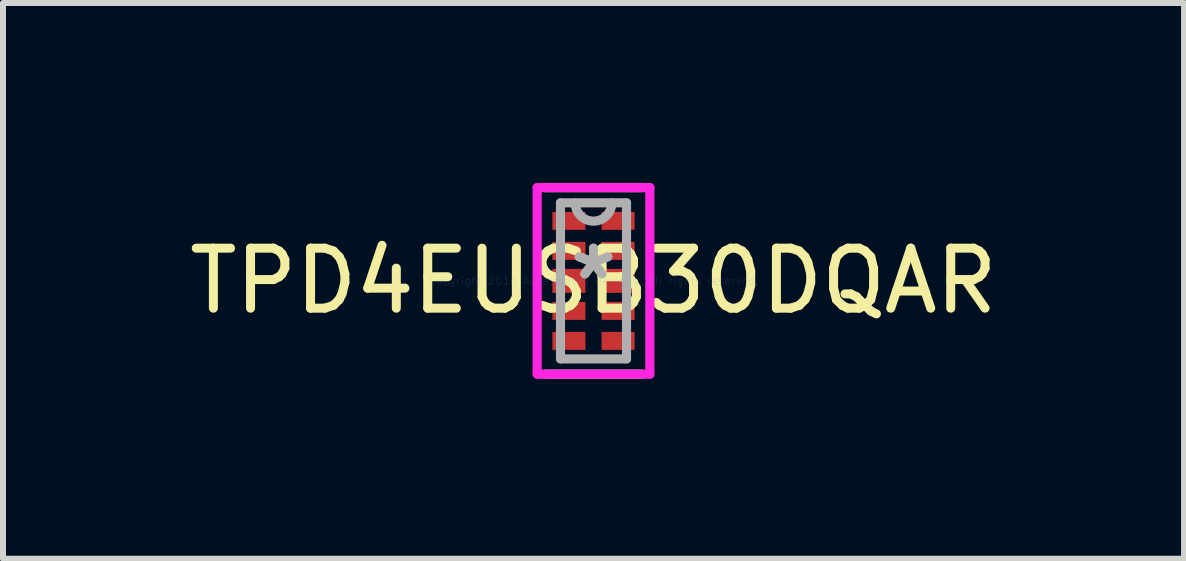
<source format=kicad_pcb>
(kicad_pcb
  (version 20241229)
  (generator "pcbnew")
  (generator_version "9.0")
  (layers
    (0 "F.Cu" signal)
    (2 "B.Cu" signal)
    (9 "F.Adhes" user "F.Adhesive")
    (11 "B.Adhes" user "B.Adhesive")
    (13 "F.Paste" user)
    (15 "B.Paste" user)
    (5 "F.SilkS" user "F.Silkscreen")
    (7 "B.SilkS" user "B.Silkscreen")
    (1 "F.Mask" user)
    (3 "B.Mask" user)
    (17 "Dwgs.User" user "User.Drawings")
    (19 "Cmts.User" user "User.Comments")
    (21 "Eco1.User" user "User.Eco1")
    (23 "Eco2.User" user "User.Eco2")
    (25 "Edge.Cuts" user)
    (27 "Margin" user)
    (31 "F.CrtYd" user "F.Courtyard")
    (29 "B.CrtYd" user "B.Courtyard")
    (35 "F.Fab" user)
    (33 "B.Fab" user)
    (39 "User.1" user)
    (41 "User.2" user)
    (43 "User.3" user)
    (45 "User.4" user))
  (footprint "TPD4EUSB30DQAR"
    (layer "F.Cu")
    (at 6.839 1.63)
    (property "Reference" "TPD4EUSB30DQAR" (at 0 0 0) (layer "F.SilkS") (effects (font (size 1 1) (thickness 0.15))))
    (attr through_hole)
    (fp_line (start -0.735 -1.2) (end -0.735 -0.8) (stroke (width 0.152) (type solid)) (layer "F.Mask"))
    (fp_line (start -0.735 -0.8) (end -0.085 -0.8) (stroke (width 0.152) (type solid)) (layer "F.Mask"))
    (fp_line (start -0.735 -0.7) (end -0.735 -0.3) (stroke (width 0.152) (type solid)) (layer "F.Mask"))
    (fp_line (start -0.735 -0.3) (end -0.085 -0.3) (stroke (width 0.152) (type solid)) (layer "F.Mask"))
    (fp_line (start -0.735 -0.2) (end -0.735 0.2) (stroke (width 0.152) (type solid)) (layer "F.Mask"))
    (fp_line (start -0.735 0.2) (end -0.085 0.2) (stroke (width 0.152) (type solid)) (layer "F.Mask"))
    (fp_line (start -0.735 0.3) (end -0.735 0.7) (stroke (width 0.152) (type solid)) (layer "F.Mask"))
    (fp_line (start -0.735 0.7) (end -0.085 0.7) (stroke (width 0.152) (type solid)) (layer "F.Mask"))
    (fp_line (start -0.735 0.8) (end -0.735 1.2) (stroke (width 0.152) (type solid)) (layer "F.Mask"))
    (fp_line (start -0.735 1.2) (end -0.085 1.2) (stroke (width 0.152) (type solid)) (layer "F.Mask"))
    (fp_line (start -0.085 -1.2) (end -0.735 -1.2) (stroke (width 0.152) (type solid)) (layer "F.Mask"))
    (fp_line (start -0.085 -0.8) (end -0.085 -1.2) (stroke (width 0.152) (type solid)) (layer "F.Mask"))
    (fp_line (start -0.085 -0.7) (end -0.735 -0.7) (stroke (width 0.152) (type solid)) (layer "F.Mask"))
    (fp_line (start -0.085 -0.3) (end -0.085 -0.7) (stroke (width 0.152) (type solid)) (layer "F.Mask"))
    (fp_line (start -0.085 -0.2) (end -0.735 -0.2) (stroke (width 0.152) (type solid)) (layer "F.Mask"))
    (fp_line (start -0.085 0.2) (end -0.085 -0.2) (stroke (width 0.152) (type solid)) (layer "F.Mask"))
    (fp_line (start -0.085 0.3) (end -0.735 0.3) (stroke (width 0.152) (type solid)) (layer "F.Mask"))
    (fp_line (start -0.085 0.7) (end -0.085 0.3) (stroke (width 0.152) (type solid)) (layer "F.Mask"))
    (fp_line (start -0.085 0.8) (end -0.735 0.8) (stroke (width 0.152) (type solid)) (layer "F.Mask"))
    (fp_line (start -0.085 1.2) (end -0.085 0.8) (stroke (width 0.152) (type solid)) (layer "F.Mask"))
    (fp_line (start 0.085 -1.2) (end 0.085 -0.8) (stroke (width 0.152) (type solid)) (layer "F.Mask"))
    (fp_line (start 0.085 -0.8) (end 0.735 -0.8) (stroke (width 0.152) (type solid)) (layer "F.Mask"))
    (fp_line (start 0.085 -0.7) (end 0.085 -0.3) (stroke (width 0.152) (type solid)) (layer "F.Mask"))
    (fp_line (start 0.085 -0.3) (end 0.735 -0.3) (stroke (width 0.152) (type solid)) (layer "F.Mask"))
    (fp_line (start 0.085 -0.2) (end 0.085 0.2) (stroke (width 0.152) (type solid)) (layer "F.Mask"))
    (fp_line (start 0.085 0.2) (end 0.735 0.2) (stroke (width 0.152) (type solid)) (layer "F.Mask"))
    (fp_line (start 0.085 0.3) (end 0.085 0.7) (stroke (width 0.152) (type solid)) (layer "F.Mask"))
    (fp_line (start 0.085 0.7) (end 0.735 0.7) (stroke (width 0.152) (type solid)) (layer "F.Mask"))
    (fp_line (start 0.085 0.8) (end 0.085 1.2) (stroke (width 0.152) (type solid)) (layer "F.Mask"))
    (fp_line (start 0.085 1.2) (end 0.735 1.2) (stroke (width 0.152) (type solid)) (layer "F.Mask"))
    (fp_line (start 0.735 -1.2) (end 0.085 -1.2) (stroke (width 0.152) (type solid)) (layer "F.Mask"))
    (fp_line (start 0.735 -0.8) (end 0.735 -1.2) (stroke (width 0.152) (type solid)) (layer "F.Mask"))
    (fp_line (start 0.735 -0.7) (end 0.085 -0.7) (stroke (width 0.152) (type solid)) (layer "F.Mask"))
    (fp_line (start 0.735 -0.3) (end 0.735 -0.7) (stroke (width 0.152) (type solid)) (layer "F.Mask"))
    (fp_line (start 0.735 -0.2) (end 0.085 -0.2) (stroke (width 0.152) (type solid)) (layer "F.Mask"))
    (fp_line (start 0.735 0.2) (end 0.735 -0.2) (stroke (width 0.152) (type solid)) (layer "F.Mask"))
    (fp_line (start 0.735 0.3) (end 0.085 0.3) (stroke (width 0.152) (type solid)) (layer "F.Mask"))
    (fp_line (start 0.735 0.7) (end 0.735 0.3) (stroke (width 0.152) (type solid)) (layer "F.Mask"))
    (fp_line (start 0.735 0.8) (end 0.085 0.8) (stroke (width 0.152) (type solid)) (layer "F.Mask"))
    (fp_line (start 0.735 1.2) (end 0.735 0.8) (stroke (width 0.152) (type solid)) (layer "F.Mask"))
    (fp_line (start -0.804 1.554) (end 0.804 1.554) (stroke (width 0.152) (type solid)) (layer "F.SilkS"))
    (fp_line (start 0.804 -1.554) (end -0.804 -1.554) (stroke (width 0.152) (type solid)) (layer "F.SilkS"))
    (fp_line (start -0.685 -1.15) (end -0.685 -0.85) (stroke (width 0.152) (type solid)) (layer "F.Paste"))
    (fp_line (start -0.685 -0.85) (end -0.135 -0.85) (stroke (width 0.152) (type solid)) (layer "F.Paste"))
    (fp_line (start -0.685 -0.65) (end -0.685 -0.35) (stroke (width 0.152) (type solid)) (layer "F.Paste"))
    (fp_line (start -0.685 -0.35) (end -0.135 -0.35) (stroke (width 0.152) (type solid)) (layer "F.Paste"))
    (fp_line (start -0.685 -0.15) (end -0.685 0.15) (stroke (width 0.152) (type solid)) (layer "F.Paste"))
    (fp_line (start -0.685 0.15) (end -0.135 0.15) (stroke (width 0.152) (type solid)) (layer "F.Paste"))
    (fp_line (start -0.685 0.35) (end -0.685 0.65) (stroke (width 0.152) (type solid)) (layer "F.Paste"))
    (fp_line (start -0.685 0.65) (end -0.135 0.65) (stroke (width 0.152) (type solid)) (layer "F.Paste"))
    (fp_line (start -0.685 0.85) (end -0.685 1.15) (stroke (width 0.152) (type solid)) (layer "F.Paste"))
    (fp_line (start -0.685 1.15) (end -0.135 1.15) (stroke (width 0.152) (type solid)) (layer "F.Paste"))
    (fp_line (start -0.135 -1.15) (end -0.685 -1.15) (stroke (width 0.152) (type solid)) (layer "F.Paste"))
    (fp_line (start -0.135 -0.85) (end -0.135 -1.15) (stroke (width 0.152) (type solid)) (layer "F.Paste"))
    (fp_line (start -0.135 -0.65) (end -0.685 -0.65) (stroke (width 0.152) (type solid)) (layer "F.Paste"))
    (fp_line (start -0.135 -0.35) (end -0.135 -0.65) (stroke (width 0.152) (type solid)) (layer "F.Paste"))
    (fp_line (start -0.135 -0.15) (end -0.685 -0.15) (stroke (width 0.152) (type solid)) (layer "F.Paste"))
    (fp_line (start -0.135 0.15) (end -0.135 -0.15) (stroke (width 0.152) (type solid)) (layer "F.Paste"))
    (fp_line (start -0.135 0.35) (end -0.685 0.35) (stroke (width 0.152) (type solid)) (layer "F.Paste"))
    (fp_line (start -0.135 0.65) (end -0.135 0.35) (stroke (width 0.152) (type solid)) (layer "F.Paste"))
    (fp_line (start -0.135 0.85) (end -0.685 0.85) (stroke (width 0.152) (type solid)) (layer "F.Paste"))
    (fp_line (start -0.135 1.15) (end -0.135 0.85) (stroke (width 0.152) (type solid)) (layer "F.Paste"))
    (fp_line (start 0.135 -1.15) (end 0.135 -0.85) (stroke (width 0.152) (type solid)) (layer "F.Paste"))
    (fp_line (start 0.135 -0.85) (end 0.685 -0.85) (stroke (width 0.152) (type solid)) (layer "F.Paste"))
    (fp_line (start 0.135 -0.65) (end 0.135 -0.35) (stroke (width 0.152) (type solid)) (layer "F.Paste"))
    (fp_line (start 0.135 -0.35) (end 0.685 -0.35) (stroke (width 0.152) (type solid)) (layer "F.Paste"))
    (fp_line (start 0.135 -0.15) (end 0.135 0.15) (stroke (width 0.152) (type solid)) (layer "F.Paste"))
    (fp_line (start 0.135 0.15) (end 0.685 0.15) (stroke (width 0.152) (type solid)) (layer "F.Paste"))
    (fp_line (start 0.135 0.35) (end 0.135 0.65) (stroke (width 0.152) (type solid)) (layer "F.Paste"))
    (fp_line (start 0.135 0.65) (end 0.685 0.65) (stroke (width 0.152) (type solid)) (layer "F.Paste"))
    (fp_line (start 0.135 0.85) (end 0.135 1.15) (stroke (width 0.152) (type solid)) (layer "F.Paste"))
    (fp_line (start 0.135 1.15) (end 0.685 1.15) (stroke (width 0.152) (type solid)) (layer "F.Paste"))
    (fp_line (start 0.685 -1.15) (end 0.135 -1.15) (stroke (width 0.152) (type solid)) (layer "F.Paste"))
    (fp_line (start 0.685 -0.85) (end 0.685 -1.15) (stroke (width 0.152) (type solid)) (layer "F.Paste"))
    (fp_line (start 0.685 -0.65) (end 0.135 -0.65) (stroke (width 0.152) (type solid)) (layer "F.Paste"))
    (fp_line (start 0.685 -0.35) (end 0.685 -0.65) (stroke (width 0.152) (type solid)) (layer "F.Paste"))
    (fp_line (start 0.685 -0.15) (end 0.135 -0.15) (stroke (width 0.152) (type solid)) (layer "F.Paste"))
    (fp_line (start 0.685 0.15) (end 0.685 -0.15) (stroke (width 0.152) (type solid)) (layer "F.Paste"))
    (fp_line (start 0.685 0.35) (end 0.135 0.35) (stroke (width 0.152) (type solid)) (layer "F.Paste"))
    (fp_line (start 0.685 0.65) (end 0.685 0.35) (stroke (width 0.152) (type solid)) (layer "F.Paste"))
    (fp_line (start 0.685 0.85) (end 0.135 0.85) (stroke (width 0.152) (type solid)) (layer "F.Paste"))
    (fp_line (start 0.685 1.15) (end 0.685 0.85) (stroke (width 0.152) (type solid)) (layer "F.Paste"))
    (fp_line (start -0.939 -1.554) (end 0.939 -1.554) (stroke (width 0.152) (type solid)) (layer "F.CrtYd"))
    (fp_line (start -0.939 1.554) (end -0.939 -1.554) (stroke (width 0.152) (type solid)) (layer "F.CrtYd"))
    (fp_line (start 0.939 -1.554) (end 0.939 1.554) (stroke (width 0.152) (type solid)) (layer "F.CrtYd"))
    (fp_line (start 0.939 1.554) (end -0.939 1.554) (stroke (width 0.152) (type solid)) (layer "F.CrtYd"))
    (fp_line (start -0.55 -1.3) (end -0.55 1.3) (stroke (width 0.152) (type solid)) (layer "F.Fab"))
    (fp_line (start -0.55 1.3) (end 0.55 1.3) (stroke (width 0.152) (type solid)) (layer "F.Fab"))
    (fp_line (start 0.55 -1.3) (end -0.55 -1.3) (stroke (width 0.152) (type solid)) (layer "F.Fab"))
    (fp_line (start 0.55 1.3) (end 0.55 -1.3) (stroke (width 0.152) (type solid)) (layer "F.Fab"))
    (fp_arc (start 0.3048 -1.3) (mid 0 -0.9952) (end -0.3048 -1.3) (stroke (width 0.1524) (type solid)) (layer "F.Fab"))
    (fp_text user "*" (at 0 0 0) (layer "F.SilkS") (effects (font (size 1 1) (thickness 0.15))))
    (fp_text user "Copyright 2016 Accelerated Designs. All rights reserved." (at 0 0 0) (layer "Cmts.User") (effects (font (size 0.127 0.127) (thickness 0.002))))
    (fp_text user "*" (at 0 0 0) (layer "F.Fab") (effects (font (size 1 1) (thickness 0.15))))
    (pad "1" smd rect (at -0.41 -1) (size 0.55 0.3) (layers "F.Cu" "F.Mask" "F.Paste"))
    (pad "2" smd rect (at -0.41 -0.5) (size 0.55 0.3) (layers "F.Cu" "F.Mask" "F.Paste"))
    (pad "3" smd rect (at -0.41 0) (size 0.55 0.4) (layers "F.Cu" "F.Mask" "F.Paste"))
    (pad "4" smd rect (at -0.41 0.5) (size 0.55 0.3) (layers "F.Cu" "F.Mask" "F.Paste"))
    (pad "5" smd rect (at -0.41 1) (size 0.55 0.3) (layers "F.Cu" "F.Mask" "F.Paste"))
    (pad "6" smd rect (at 0.41 1) (size 0.55 0.3) (layers "F.Cu" "F.Mask" "F.Paste"))
    (pad "7" smd rect (at 0.41 0.5) (size 0.55 0.3) (layers "F.Cu" "F.Mask" "F.Paste"))
    (pad "8" smd rect (at 0.41 0) (size 0.55 0.4) (layers "F.Cu" "F.Mask" "F.Paste"))
    (pad "9" smd rect (at 0.41 -0.5) (size 0.55 0.3) (layers "F.Cu" "F.Mask" "F.Paste"))
    (pad "10" smd rect (at 0.41 -1) (size 0.55 0.3) (layers "F.Cu" "F.Mask" "F.Paste")))
  (gr_rect
    (start -3 -3)
    (end 16.679 6.26)
    (stroke (width 0.1) (type default))
    (fill no)
    (layer "Edge.Cuts")))
</source>
